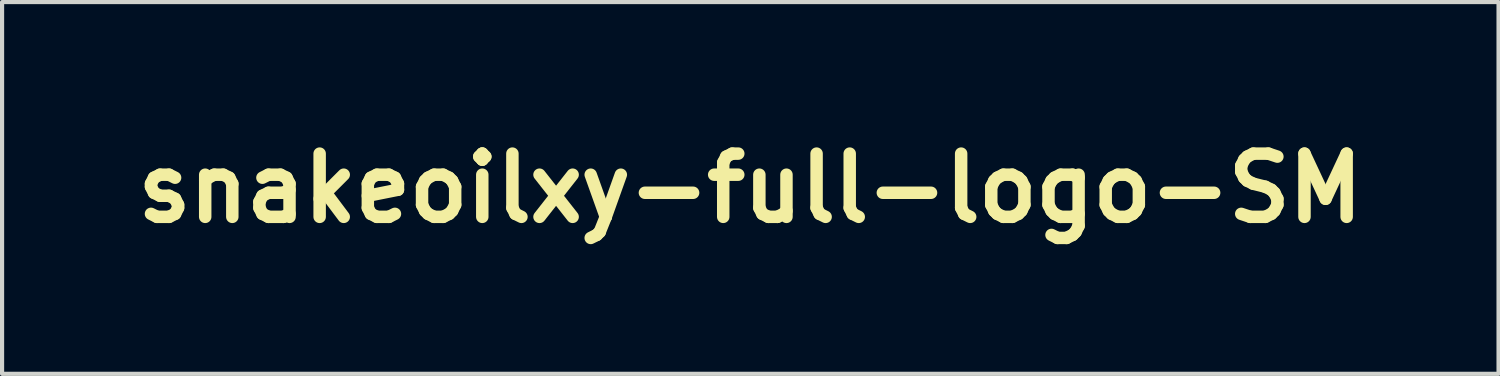
<source format=kicad_pcb>
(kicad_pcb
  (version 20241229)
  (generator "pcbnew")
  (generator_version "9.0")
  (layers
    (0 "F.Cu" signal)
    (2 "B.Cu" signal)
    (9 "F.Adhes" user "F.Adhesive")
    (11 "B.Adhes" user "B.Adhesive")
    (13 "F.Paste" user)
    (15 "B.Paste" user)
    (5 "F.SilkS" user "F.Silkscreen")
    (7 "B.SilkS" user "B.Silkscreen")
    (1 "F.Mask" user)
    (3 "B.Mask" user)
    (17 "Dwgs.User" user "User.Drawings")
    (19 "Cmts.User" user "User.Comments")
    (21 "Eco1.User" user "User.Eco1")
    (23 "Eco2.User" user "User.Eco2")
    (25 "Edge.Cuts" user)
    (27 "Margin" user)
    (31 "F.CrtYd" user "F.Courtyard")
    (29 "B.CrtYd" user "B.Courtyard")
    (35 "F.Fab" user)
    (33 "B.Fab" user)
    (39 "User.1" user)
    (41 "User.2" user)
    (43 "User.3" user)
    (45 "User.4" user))
  (footprint "snakeoilxy-full-logo-SM"
    (layer "F.Cu")
    (at 15.03 1.486)
    (property "Reference" "snakeoilxy-full-logo-SM" (at 0 0 0) (layer "F.SilkS") (effects (font (size 1.524 1.524) (thickness 0.3))))
    (attr through_hole)
    (fp_poly (pts (xy 4.693 1.245) (xy 4.407 1.245) (xy 4.407 0.051) (xy 4.693 0.051) (xy 4.693 1.245)) (stroke (width 0.01) (type solid)) (fill yes) (layer "F.Mask"))
    (fp_poly (pts (xy 4.693 -0.076) (xy 4.407 -0.076) (xy 4.408 -0.211) (xy 4.41 -0.346) (xy 4.551 -0.348) (xy 4.693 -0.349) (xy 4.693 -0.076)) (stroke (width 0.01) (type solid)) (fill yes) (layer "F.Mask"))
    (fp_poly (pts (xy 5.207 1.245) (xy 4.921 1.245) (xy 4.923 0.449) (xy 4.924 -0.346) (xy 5.066 -0.348) (xy 5.207 -0.349) (xy 5.207 1.245)) (stroke (width 0.01) (type solid)) (fill yes) (layer "F.Mask"))
    (fp_poly (pts (xy -3.859 0.621) (xy -3.858 0.636) (xy -3.857 0.645) (xy -3.857 0.646) (xy -3.864 0.648) (xy -3.879 0.651) (xy -3.89 0.654) (xy -3.914 0.659) (xy -3.942 0.665) (xy -3.962 0.669) (xy -4.021 0.682) (xy -4.069 0.692) (xy -4.108 0.701) (xy -4.138 0.708) (xy -4.163 0.713) (xy -4.182 0.718) (xy -4.195 0.721) (xy -4.223 0.727) (xy -4.24 0.73) (xy -4.25 0.728) (xy -4.255 0.724) (xy -4.257 0.719) (xy -4.261 0.701) (xy -4.266 0.676) (xy -4.27 0.65) (xy -4.273 0.627) (xy -4.274 0.615) (xy -4.274 0.597) (xy -3.862 0.597) (xy -3.859 0.621)) (stroke (width 0.01) (type solid)) (fill yes) (layer "F.Mask"))
    (fp_poly (pts (xy -10.126 -1.422) (xy -10.123 -1.415) (xy -10.118 -1.398) (xy -10.11 -1.371) (xy -10.1 -1.335) (xy -10.088 -1.293) (xy -10.074 -1.244) (xy -10.059 -1.191) (xy -10.051 -1.159) (xy -9.978 -0.899) (xy -10.029 -0.882) (xy -10.058 -0.872) (xy -10.086 -0.862) (xy -10.109 -0.853) (xy -10.111 -0.852) (xy -10.129 -0.844) (xy -10.141 -0.839) (xy -10.144 -0.838) (xy -10.147 -0.844) (xy -10.156 -0.859) (xy -10.169 -0.884) (xy -10.186 -0.916) (xy -10.207 -0.955) (xy -10.231 -0.999) (xy -10.256 -1.048) (xy -10.273 -1.079) (xy -10.399 -1.32) (xy -10.364 -1.337) (xy -10.333 -1.351) (xy -10.298 -1.366) (xy -10.262 -1.38) (xy -10.226 -1.393) (xy -10.193 -1.405) (xy -10.164 -1.414) (xy -10.142 -1.42) (xy -10.129 -1.422) (xy -10.126 -1.422)) (stroke (width 0.01) (type solid)) (fill yes) (layer "F.Mask"))
    (fp_poly (pts (xy -3.849 0.697) (xy -3.842 0.702) (xy -3.835 0.711) (xy -3.829 0.726) (xy -3.828 0.726) (xy -3.812 0.76) (xy -3.968 0.868) (xy -4.008 0.895) (xy -4.044 0.92) (xy -4.076 0.942) (xy -4.102 0.96) (xy -4.12 0.973) (xy -4.13 0.979) (xy -4.131 0.98) (xy -4.138 0.977) (xy -4.15 0.965) (xy -4.165 0.944) (xy -4.167 0.941) (xy -4.2 0.886) (xy -4.224 0.835) (xy -4.228 0.825) (xy -4.231 0.817) (xy -4.23 0.812) (xy -4.223 0.807) (xy -4.209 0.801) (xy -4.186 0.794) (xy -4.176 0.791) (xy -4.149 0.783) (xy -4.125 0.776) (xy -4.107 0.77) (xy -4.102 0.768) (xy -4.088 0.764) (xy -4.067 0.757) (xy -4.042 0.75) (xy -4.039 0.749) (xy -4.009 0.74) (xy -3.974 0.729) (xy -3.94 0.719) (xy -3.936 0.717) (xy -3.902 0.706) (xy -3.877 0.699) (xy -3.86 0.696) (xy -3.849 0.697)) (stroke (width 0.01) (type solid)) (fill yes) (layer "F.Mask"))
    (fp_poly (pts (xy -3.759 0.812) (xy -3.739 0.825) (xy -3.718 0.836) (xy -3.711 0.838) (xy -3.697 0.844) (xy -3.691 0.852) (xy -3.692 0.866) (xy -3.693 0.869) (xy -3.696 0.891) (xy -3.702 0.922) (xy -3.708 0.959) (xy -3.715 0.997) (xy -3.722 1.034) (xy -3.724 1.045) (xy -3.729 1.071) (xy -3.736 1.105) (xy -3.742 1.139) (xy -3.744 1.154) (xy -3.75 1.185) (xy -3.755 1.205) (xy -3.76 1.216) (xy -3.765 1.219) (xy -3.776 1.217) (xy -3.794 1.211) (xy -3.818 1.204) (xy -3.826 1.201) (xy -3.909 1.166) (xy -3.986 1.122) (xy -4.051 1.074) (xy -4.074 1.055) (xy -4.058 1.04) (xy -4.041 1.024) (xy -4.018 1.002) (xy -3.991 0.977) (xy -3.96 0.95) (xy -3.929 0.921) (xy -3.898 0.892) (xy -3.868 0.866) (xy -3.842 0.842) (xy -3.822 0.824) (xy -3.808 0.811) (xy -3.802 0.807) (xy -3.785 0.793) (xy -3.759 0.812)) (stroke (width 0.01) (type solid)) (fill yes) (layer "F.Mask"))
    (fp_poly (pts (xy -7.237 0.41) (xy -7.186 0.462) (xy -7.136 0.511) (xy -7.088 0.558) (xy -7.044 0.601) (xy -7.004 0.639) (xy -6.97 0.672) (xy -6.941 0.699) (xy -6.92 0.719) (xy -6.906 0.731) (xy -6.904 0.733) (xy -6.813 0.794) (xy -6.718 0.843) (xy -6.618 0.88) (xy -6.515 0.905) (xy -6.408 0.918) (xy -6.387 0.919) (xy -6.293 0.923) (xy -6.293 1.467) (xy -6.377 1.466) (xy -6.414 1.465) (xy -6.453 1.464) (xy -6.487 1.462) (xy -6.512 1.459) (xy -6.64 1.439) (xy -6.767 1.406) (xy -6.892 1.362) (xy -7.013 1.306) (xy -7.129 1.24) (xy -7.181 1.207) (xy -7.205 1.19) (xy -7.23 1.171) (xy -7.256 1.15) (xy -7.284 1.127) (xy -7.315 1.1) (xy -7.349 1.069) (xy -7.387 1.032) (xy -7.431 0.991) (xy -7.481 0.942) (xy -7.537 0.886) (xy -7.601 0.823) (xy -7.647 0.777) (xy -7.918 0.505) (xy -7.531 0.118) (xy -7.237 0.41)) (stroke (width 0.01) (type solid)) (fill yes) (layer "F.Mask"))
    (fp_poly (pts (xy -10.938 -0.848) (xy -10.924 -0.839) (xy -10.905 -0.827) (xy -10.892 -0.818) (xy -10.875 -0.806) (xy -10.848 -0.788) (xy -10.815 -0.765) (xy -10.776 -0.738) (xy -10.733 -0.71) (xy -10.689 -0.68) (xy -10.667 -0.664) (xy -10.49 -0.546) (xy -10.523 -0.493) (xy -10.552 -0.444) (xy -10.579 -0.387) (xy -10.604 -0.33) (xy -10.623 -0.276) (xy -10.624 -0.274) (xy -10.631 -0.253) (xy -10.638 -0.237) (xy -10.644 -0.229) (xy -10.645 -0.229) (xy -10.652 -0.231) (xy -10.671 -0.235) (xy -10.699 -0.241) (xy -10.736 -0.249) (xy -10.78 -0.258) (xy -10.83 -0.269) (xy -10.883 -0.281) (xy -10.909 -0.287) (xy -10.964 -0.299) (xy -11.016 -0.311) (xy -11.062 -0.321) (xy -11.101 -0.33) (xy -11.133 -0.337) (xy -11.155 -0.342) (xy -11.167 -0.346) (xy -11.169 -0.346) (xy -11.168 -0.353) (xy -11.164 -0.37) (xy -11.158 -0.395) (xy -11.149 -0.424) (xy -11.139 -0.456) (xy -11.128 -0.489) (xy -11.117 -0.52) (xy -11.115 -0.526) (xy -11.094 -0.579) (xy -11.067 -0.637) (xy -11.038 -0.695) (xy -11.007 -0.75) (xy -10.981 -0.793) (xy -10.966 -0.816) (xy -10.954 -0.835) (xy -10.946 -0.847) (xy -10.944 -0.85) (xy -10.938 -0.848)) (stroke (width 0.01) (type solid)) (fill yes) (layer "F.Mask"))
    (fp_poly (pts (xy -10.513 -1.246) (xy -10.503 -1.231) (xy -10.487 -1.209) (xy -10.468 -1.18) (xy -10.444 -1.145) (xy -10.419 -1.107) (xy -10.392 -1.066) (xy -10.364 -1.024) (xy -10.336 -0.982) (xy -10.309 -0.941) (xy -10.284 -0.903) (xy -10.262 -0.869) (xy -10.244 -0.84) (xy -10.231 -0.818) (xy -10.222 -0.804) (xy -10.22 -0.8) (xy -10.225 -0.794) (xy -10.238 -0.784) (xy -10.257 -0.771) (xy -10.26 -0.768) (xy -10.282 -0.753) (xy -10.309 -0.732) (xy -10.337 -0.708) (xy -10.357 -0.692) (xy -10.379 -0.672) (xy -10.397 -0.656) (xy -10.41 -0.646) (xy -10.415 -0.642) (xy -10.415 -0.642) (xy -10.42 -0.646) (xy -10.434 -0.658) (xy -10.455 -0.676) (xy -10.482 -0.7) (xy -10.515 -0.73) (xy -10.552 -0.763) (xy -10.592 -0.799) (xy -10.611 -0.816) (xy -10.653 -0.854) (xy -10.692 -0.889) (xy -10.728 -0.922) (xy -10.758 -0.949) (xy -10.782 -0.972) (xy -10.8 -0.989) (xy -10.809 -0.998) (xy -10.811 -1) (xy -10.812 -1.006) (xy -10.809 -1.014) (xy -10.8 -1.026) (xy -10.785 -1.042) (xy -10.763 -1.063) (xy -10.732 -1.091) (xy -10.704 -1.114) (xy -10.678 -1.137) (xy -10.648 -1.161) (xy -10.618 -1.184) (xy -10.588 -1.206) (xy -10.561 -1.225) (xy -10.539 -1.24) (xy -10.524 -1.249) (xy -10.518 -1.251) (xy -10.513 -1.246)) (stroke (width 0.01) (type solid)) (fill yes) (layer "F.Mask"))
    (fp_poly (pts (xy -9.704 -1.477) (xy -9.677 -1.475) (xy -9.643 -1.472) (xy -9.61 -1.47) (xy -9.604 -1.47) (xy -9.506 -1.458) (xy -9.404 -1.438) (xy -9.3 -1.41) (xy -9.197 -1.374) (xy -9.1 -1.333) (xy -9.042 -1.304) (xy -9.008 -1.285) (xy -8.975 -1.266) (xy -8.945 -1.248) (xy -8.915 -1.228) (xy -8.885 -1.207) (xy -8.854 -1.183) (xy -8.822 -1.156) (xy -8.786 -1.126) (xy -8.747 -1.09) (xy -8.704 -1.05) (xy -8.655 -1.003) (xy -8.6 -0.95) (xy -8.538 -0.888) (xy -8.468 -0.819) (xy -8.466 -0.817) (xy -8.16 -0.512) (xy -8.354 -0.32) (xy -8.395 -0.279) (xy -8.433 -0.241) (xy -8.467 -0.208) (xy -8.497 -0.178) (xy -8.52 -0.155) (xy -8.538 -0.138) (xy -8.547 -0.129) (xy -8.549 -0.127) (xy -8.554 -0.131) (xy -8.567 -0.144) (xy -8.587 -0.164) (xy -8.614 -0.191) (xy -8.647 -0.224) (xy -8.686 -0.262) (xy -8.729 -0.305) (xy -8.776 -0.351) (xy -8.825 -0.401) (xy -8.852 -0.427) (xy -8.916 -0.492) (xy -8.973 -0.547) (xy -9.022 -0.596) (xy -9.064 -0.637) (xy -9.101 -0.672) (xy -9.134 -0.702) (xy -9.162 -0.727) (xy -9.187 -0.748) (xy -9.21 -0.766) (xy -9.232 -0.781) (xy -9.253 -0.795) (xy -9.274 -0.807) (xy -9.297 -0.819) (xy -9.319 -0.831) (xy -9.387 -0.861) (xy -9.46 -0.887) (xy -9.535 -0.907) (xy -9.608 -0.92) (xy -9.676 -0.927) (xy -9.694 -0.927) (xy -9.747 -0.927) (xy -9.747 -1.481) (xy -9.704 -1.477)) (stroke (width 0.01) (type solid)) (fill yes) (layer "F.Mask"))
    (fp_poly (pts (xy 5.491 -0.959) (xy 5.522 -0.958) (xy 5.554 -0.955) (xy 5.578 -0.952) (xy 5.604 -0.948) (xy 5.629 -0.945) (xy 5.642 -0.943) (xy 5.659 -0.94) (xy 5.685 -0.935) (xy 5.716 -0.927) (xy 5.75 -0.919) (xy 5.781 -0.91) (xy 5.807 -0.903) (xy 5.835 -0.893) (xy 5.87 -0.879) (xy 5.909 -0.861) (xy 5.928 -0.853) (xy 5.944 -0.845) (xy 5.967 -0.833) (xy 5.992 -0.819) (xy 6.017 -0.806) (xy 6.039 -0.793) (xy 6.055 -0.784) (xy 6.061 -0.78) (xy 6.069 -0.774) (xy 6.084 -0.763) (xy 6.105 -0.748) (xy 6.121 -0.735) (xy 6.139 -0.721) (xy 6.166 -0.698) (xy 6.199 -0.667) (xy 6.239 -0.629) (xy 6.285 -0.585) (xy 6.337 -0.535) (xy 6.393 -0.48) (xy 6.407 -0.466) (xy 6.638 -0.237) (xy 6.49 -0.09) (xy 6.455 -0.055) (xy 6.422 -0.022) (xy 6.394 0.006) (xy 6.37 0.029) (xy 6.353 0.045) (xy 6.343 0.055) (xy 6.341 0.057) (xy 6.337 0.052) (xy 6.324 0.039) (xy 6.305 0.019) (xy 6.279 -0.007) (xy 6.247 -0.039) (xy 6.211 -0.075) (xy 6.172 -0.115) (xy 6.134 -0.153) (xy 6.077 -0.211) (xy 6.027 -0.26) (xy 5.985 -0.302) (xy 5.948 -0.338) (xy 5.916 -0.367) (xy 5.887 -0.391) (xy 5.862 -0.412) (xy 5.838 -0.429) (xy 5.816 -0.444) (xy 5.793 -0.457) (xy 5.778 -0.466) (xy 5.71 -0.497) (xy 5.645 -0.52) (xy 5.576 -0.535) (xy 5.501 -0.544) (xy 5.498 -0.544) (xy 5.442 -0.548) (xy 5.442 -0.959) (xy 5.491 -0.959)) (stroke (width 0.01) (type solid)) (fill yes) (layer "F.Mask"))
    (fp_poly (pts (xy 8.253 -0.959) (xy 8.284 -0.958) (xy 8.316 -0.955) (xy 8.341 -0.952) (xy 8.367 -0.948) (xy 8.392 -0.945) (xy 8.404 -0.943) (xy 8.421 -0.94) (xy 8.447 -0.935) (xy 8.479 -0.927) (xy 8.512 -0.919) (xy 8.544 -0.91) (xy 8.569 -0.903) (xy 8.597 -0.893) (xy 8.632 -0.879) (xy 8.672 -0.861) (xy 8.69 -0.853) (xy 8.707 -0.845) (xy 8.729 -0.833) (xy 8.754 -0.819) (xy 8.779 -0.806) (xy 8.801 -0.793) (xy 8.817 -0.784) (xy 8.823 -0.78) (xy 8.831 -0.774) (xy 8.846 -0.763) (xy 8.867 -0.748) (xy 8.884 -0.735) (xy 8.902 -0.721) (xy 8.928 -0.698) (xy 8.961 -0.667) (xy 9.001 -0.629) (xy 9.048 -0.585) (xy 9.099 -0.535) (xy 9.155 -0.48) (xy 9.169 -0.466) (xy 9.4 -0.237) (xy 9.252 -0.09) (xy 9.217 -0.055) (xy 9.184 -0.022) (xy 9.156 0.006) (xy 9.133 0.029) (xy 9.115 0.045) (xy 9.106 0.055) (xy 9.104 0.057) (xy 9.099 0.052) (xy 9.087 0.039) (xy 9.067 0.019) (xy 9.041 -0.007) (xy 9.01 -0.039) (xy 8.974 -0.075) (xy 8.934 -0.115) (xy 8.896 -0.153) (xy 8.839 -0.211) (xy 8.79 -0.26) (xy 8.747 -0.302) (xy 8.71 -0.338) (xy 8.678 -0.367) (xy 8.65 -0.391) (xy 8.624 -0.412) (xy 8.601 -0.429) (xy 8.578 -0.444) (xy 8.555 -0.457) (xy 8.54 -0.466) (xy 8.473 -0.497) (xy 8.407 -0.52) (xy 8.339 -0.535) (xy 8.263 -0.544) (xy 8.26 -0.544) (xy 8.204 -0.548) (xy 8.204 -0.959) (xy 8.253 -0.959)) (stroke (width 0.01) (type solid)) (fill yes) (layer "F.Mask"))
    (fp_poly (pts (xy 7.113 0.246) (xy 7.127 0.258) (xy 7.147 0.278) (xy 7.174 0.304) (xy 7.207 0.336) (xy 7.244 0.372) (xy 7.284 0.413) (xy 7.328 0.456) (xy 7.334 0.462) (xy 7.391 0.518) (xy 7.439 0.566) (xy 7.481 0.607) (xy 7.516 0.64) (xy 7.545 0.667) (xy 7.569 0.688) (xy 7.589 0.705) (xy 7.606 0.717) (xy 7.608 0.719) (xy 7.683 0.763) (xy 7.757 0.797) (xy 7.834 0.82) (xy 7.915 0.833) (xy 7.955 0.836) (xy 8.033 0.84) (xy 8.033 1.251) (xy 7.971 1.25) (xy 7.937 1.249) (xy 7.903 1.247) (xy 7.872 1.245) (xy 7.864 1.245) (xy 7.835 1.241) (xy 7.801 1.235) (xy 7.766 1.229) (xy 7.734 1.222) (xy 7.709 1.216) (xy 7.703 1.213) (xy 7.689 1.209) (xy 7.667 1.202) (xy 7.642 1.194) (xy 7.639 1.193) (xy 7.619 1.186) (xy 7.592 1.175) (xy 7.56 1.161) (xy 7.527 1.145) (xy 7.493 1.129) (xy 7.462 1.114) (xy 7.436 1.1) (xy 7.417 1.09) (xy 7.409 1.084) (xy 7.399 1.076) (xy 7.383 1.065) (xy 7.376 1.061) (xy 7.36 1.051) (xy 7.349 1.043) (xy 7.347 1.041) (xy 7.341 1.036) (xy 7.327 1.025) (xy 7.308 1.011) (xy 7.303 1.006) (xy 7.29 0.996) (xy 7.269 0.977) (xy 7.242 0.951) (xy 7.209 0.919) (xy 7.171 0.883) (xy 7.129 0.842) (xy 7.085 0.799) (xy 7.04 0.754) (xy 7.038 0.752) (xy 6.815 0.529) (xy 6.959 0.385) (xy 6.994 0.35) (xy 7.026 0.318) (xy 7.055 0.29) (xy 7.078 0.268) (xy 7.096 0.252) (xy 7.106 0.243) (xy 7.108 0.241) (xy 7.113 0.246)) (stroke (width 0.01) (type solid)) (fill yes) (layer "F.Mask"))
    (fp_poly (pts (xy 0.283 0.605) (xy 0.344 0.514) (xy 0.364 0.484) (xy 0.389 0.446) (xy 0.419 0.403) (xy 0.45 0.356) (xy 0.483 0.308) (xy 0.514 0.262) (xy 0.518 0.257) (xy 0.546 0.216) (xy 0.572 0.176) (xy 0.596 0.141) (xy 0.616 0.112) (xy 0.631 0.089) (xy 0.641 0.075) (xy 0.643 0.071) (xy 0.655 0.051) (xy 0.827 0.051) (xy 0.882 0.051) (xy 0.927 0.052) (xy 0.961 0.053) (xy 0.984 0.054) (xy 0.995 0.056) (xy 0.996 0.057) (xy 0.992 0.064) (xy 0.981 0.079) (xy 0.965 0.102) (xy 0.944 0.13) (xy 0.921 0.163) (xy 0.902 0.189) (xy 0.843 0.269) (xy 0.79 0.342) (xy 0.743 0.407) (xy 0.701 0.464) (xy 0.666 0.512) (xy 0.637 0.552) (xy 0.614 0.583) (xy 0.599 0.604) (xy 0.591 0.614) (xy 0.577 0.635) (xy 0.668 0.747) (xy 0.702 0.788) (xy 0.739 0.835) (xy 0.778 0.883) (xy 0.815 0.928) (xy 0.845 0.964) (xy 0.893 1.024) (xy 0.934 1.074) (xy 0.968 1.116) (xy 0.996 1.15) (xy 1.018 1.178) (xy 1.035 1.199) (xy 1.048 1.215) (xy 1.057 1.227) (xy 1.063 1.234) (xy 1.066 1.239) (xy 1.067 1.241) (xy 1.067 1.241) (xy 1.061 1.242) (xy 1.043 1.243) (xy 1.017 1.243) (xy 0.982 1.244) (xy 0.94 1.244) (xy 0.894 1.244) (xy 0.875 1.244) (xy 0.683 1.244) (xy 0.606 1.138) (xy 0.578 1.1) (xy 0.546 1.056) (xy 0.511 1.008) (xy 0.475 0.958) (xy 0.439 0.909) (xy 0.404 0.861) (xy 0.372 0.817) (xy 0.343 0.778) (xy 0.32 0.746) (xy 0.309 0.731) (xy 0.279 0.691) (xy 0.279 1.245) (xy -0.006 1.245) (xy -0.006 -0.349) (xy 0.279 -0.349) (xy 0.283 0.605)) (stroke (width 0.01) (type solid)) (fill yes) (layer "F.Mask"))
    (fp_poly (pts (xy -2.065 0.029) (xy -2.034 0.03) (xy -2.011 0.031) (xy -1.992 0.034) (xy -1.975 0.037) (xy -1.957 0.043) (xy -1.946 0.047) (xy -1.904 0.062) (xy -1.869 0.078) (xy -1.839 0.096) (xy -1.81 0.119) (xy -1.808 0.121) (xy -1.768 0.158) (xy -1.736 0.197) (xy -1.71 0.24) (xy -1.689 0.291) (xy -1.67 0.352) (xy -1.669 0.359) (xy -1.666 0.37) (xy -1.664 0.381) (xy -1.662 0.393) (xy -1.66 0.408) (xy -1.659 0.426) (xy -1.658 0.448) (xy -1.657 0.476) (xy -1.656 0.51) (xy -1.655 0.552) (xy -1.655 0.602) (xy -1.654 0.662) (xy -1.653 0.732) (xy -1.653 0.814) (xy -1.653 0.827) (xy -1.65 1.245) (xy -1.937 1.245) (xy -1.937 0.951) (xy -1.937 0.854) (xy -1.938 0.769) (xy -1.939 0.694) (xy -1.941 0.63) (xy -1.944 0.574) (xy -1.947 0.527) (xy -1.952 0.487) (xy -1.958 0.453) (xy -1.965 0.425) (xy -1.974 0.402) (xy -1.984 0.382) (xy -1.995 0.364) (xy -2.009 0.349) (xy -2.014 0.344) (xy -2.05 0.318) (xy -2.092 0.3) (xy -2.139 0.291) (xy -2.188 0.291) (xy -2.237 0.3) (xy -2.283 0.317) (xy -2.325 0.343) (xy -2.335 0.352) (xy -2.366 0.387) (xy -2.389 0.433) (xy -2.406 0.487) (xy -2.41 0.505) (xy -2.412 0.519) (xy -2.414 0.537) (xy -2.415 0.559) (xy -2.417 0.586) (xy -2.418 0.618) (xy -2.418 0.659) (xy -2.419 0.707) (xy -2.419 0.765) (xy -2.419 0.834) (xy -2.419 0.903) (xy -2.419 1.245) (xy -2.561 1.245) (xy -2.602 1.244) (xy -2.639 1.244) (xy -2.67 1.243) (xy -2.693 1.242) (xy -2.705 1.241) (xy -2.707 1.24) (xy -2.708 1.234) (xy -2.708 1.215) (xy -2.709 1.185) (xy -2.709 1.146) (xy -2.71 1.097) (xy -2.71 1.04) (xy -2.711 0.976) (xy -2.711 0.905) (xy -2.711 0.828) (xy -2.711 0.747) (xy -2.711 0.662) (xy -2.711 0.643) (xy -2.711 0.051) (xy -2.577 0.052) (xy -2.442 0.054) (xy -2.44 0.106) (xy -2.438 0.158) (xy -2.397 0.125) (xy -2.342 0.086) (xy -2.288 0.057) (xy -2.251 0.043) (xy -2.235 0.038) (xy -2.218 0.034) (xy -2.198 0.032) (xy -2.173 0.03) (xy -2.14 0.029) (xy -2.105 0.029) (xy -2.065 0.029)) (stroke (width 0.01) (type solid)) (fill yes) (layer "F.Mask"))
    (fp_poly (pts (xy -0.828 0.029) (xy -0.796 0.029) (xy -0.772 0.031) (xy -0.752 0.033) (xy -0.734 0.037) (xy -0.715 0.042) (xy -0.711 0.043) (xy -0.651 0.067) (xy -0.597 0.098) (xy -0.546 0.139) (xy -0.532 0.153) (xy -0.483 0.202) (xy -0.483 0.051) (xy -0.216 0.051) (xy -0.216 1.245) (xy -0.483 1.245) (xy -0.483 1.167) (xy -0.483 1.133) (xy -0.484 1.111) (xy -0.486 1.1) (xy -0.489 1.099) (xy -0.49 1.1) (xy -0.5 1.113) (xy -0.519 1.131) (xy -0.544 1.152) (xy -0.571 1.173) (xy -0.598 1.193) (xy -0.624 1.209) (xy -0.636 1.216) (xy -0.676 1.235) (xy -0.714 1.249) (xy -0.754 1.259) (xy -0.8 1.264) (xy -0.851 1.267) (xy -0.886 1.267) (xy -0.921 1.267) (xy -0.95 1.266) (xy -0.97 1.264) (xy -0.972 1.264) (xy -1.012 1.256) (xy -1.059 1.243) (xy -1.106 1.226) (xy -1.149 1.208) (xy -1.181 1.191) (xy -1.252 1.142) (xy -1.313 1.085) (xy -1.366 1.019) (xy -1.408 0.947) (xy -1.44 0.868) (xy -1.461 0.783) (xy -1.472 0.692) (xy -1.473 0.658) (xy -1.181 0.658) (xy -1.176 0.728) (xy -1.16 0.791) (xy -1.134 0.847) (xy -1.098 0.896) (xy -1.052 0.937) (xy -0.997 0.969) (xy -0.938 0.991) (xy -0.901 0.998) (xy -0.858 1.002) (xy -0.811 1.002) (xy -0.767 0.999) (xy -0.737 0.994) (xy -0.679 0.974) (xy -0.627 0.943) (xy -0.583 0.904) (xy -0.547 0.856) (xy -0.536 0.836) (xy -0.51 0.77) (xy -0.495 0.705) (xy -0.492 0.639) (xy -0.497 0.587) (xy -0.514 0.519) (xy -0.54 0.459) (xy -0.576 0.407) (xy -0.619 0.364) (xy -0.67 0.33) (xy -0.728 0.307) (xy -0.791 0.294) (xy -0.838 0.291) (xy -0.904 0.296) (xy -0.963 0.311) (xy -1.015 0.336) (xy -1.063 0.371) (xy -1.076 0.384) (xy -1.118 0.434) (xy -1.15 0.491) (xy -1.17 0.554) (xy -1.18 0.624) (xy -1.181 0.658) (xy -1.473 0.658) (xy -1.473 0.651) (xy -1.468 0.56) (xy -1.451 0.474) (xy -1.425 0.392) (xy -1.388 0.316) (xy -1.342 0.247) (xy -1.287 0.186) (xy -1.285 0.185) (xy -1.247 0.151) (xy -1.21 0.124) (xy -1.171 0.1) (xy -1.135 0.083) (xy -1.092 0.064) (xy -1.055 0.05) (xy -1.019 0.04) (xy -0.981 0.034) (xy -0.938 0.03) (xy -0.888 0.029) (xy -0.87 0.029) (xy -0.828 0.029)) (stroke (width 0.01) (type solid)) (fill yes) (layer "F.Mask"))
    (fp_poly (pts (xy 3.435 -0.37) (xy 3.488 -0.367) (xy 3.535 -0.361) (xy 3.56 -0.357) (xy 3.662 -0.327) (xy 3.756 -0.287) (xy 3.843 -0.237) (xy 3.923 -0.176) (xy 3.995 -0.106) (xy 4.059 -0.025) (xy 4.08 0.006) (xy 4.127 0.089) (xy 4.163 0.178) (xy 4.189 0.272) (xy 4.204 0.368) (xy 4.209 0.464) (xy 4.201 0.559) (xy 4.201 0.559) (xy 4.193 0.61) (xy 4.184 0.653) (xy 4.173 0.693) (xy 4.159 0.734) (xy 4.146 0.767) (xy 4.102 0.859) (xy 4.049 0.942) (xy 3.986 1.018) (xy 3.915 1.085) (xy 3.835 1.143) (xy 3.749 1.19) (xy 3.655 1.228) (xy 3.559 1.254) (xy 3.528 1.259) (xy 3.488 1.263) (xy 3.443 1.266) (xy 3.395 1.267) (xy 3.349 1.268) (xy 3.308 1.266) (xy 3.277 1.264) (xy 3.178 1.244) (xy 3.083 1.214) (xy 2.993 1.172) (xy 2.908 1.12) (xy 2.83 1.059) (xy 2.76 0.989) (xy 2.698 0.912) (xy 2.652 0.836) (xy 2.613 0.751) (xy 2.583 0.66) (xy 2.564 0.566) (xy 2.555 0.471) (xy 2.557 0.427) (xy 2.857 0.427) (xy 2.858 0.486) (xy 2.863 0.542) (xy 2.871 0.58) (xy 2.897 0.659) (xy 2.934 0.732) (xy 2.98 0.796) (xy 3.036 0.853) (xy 3.099 0.9) (xy 3.171 0.938) (xy 3.248 0.965) (xy 3.277 0.972) (xy 3.329 0.98) (xy 3.387 0.982) (xy 3.447 0.979) (xy 3.504 0.971) (xy 3.527 0.966) (xy 3.601 0.94) (xy 3.67 0.904) (xy 3.732 0.858) (xy 3.786 0.803) (xy 3.83 0.74) (xy 3.848 0.708) (xy 3.879 0.632) (xy 3.899 0.555) (xy 3.908 0.477) (xy 3.906 0.4) (xy 3.894 0.325) (xy 3.873 0.253) (xy 3.842 0.185) (xy 3.802 0.122) (xy 3.754 0.066) (xy 3.698 0.016) (xy 3.634 -0.025) (xy 3.563 -0.056) (xy 3.541 -0.064) (xy 3.468 -0.08) (xy 3.393 -0.086) (xy 3.33 -0.083) (xy 3.25 -0.068) (xy 3.179 -0.046) (xy 3.114 -0.015) (xy 3.055 0.026) (xy 3.025 0.053) (xy 2.969 0.113) (xy 2.924 0.18) (xy 2.89 0.254) (xy 2.87 0.318) (xy 2.862 0.37) (xy 2.857 0.427) (xy 2.557 0.427) (xy 2.559 0.379) (xy 2.559 0.377) (xy 2.575 0.272) (xy 2.603 0.174) (xy 2.641 0.081) (xy 2.69 -0.005) (xy 2.749 -0.084) (xy 2.818 -0.155) (xy 2.896 -0.218) (xy 2.984 -0.272) (xy 3.01 -0.286) (xy 3.058 -0.307) (xy 3.114 -0.327) (xy 3.173 -0.345) (xy 3.232 -0.359) (xy 3.232 -0.36) (xy 3.274 -0.366) (xy 3.324 -0.37) (xy 3.379 -0.371) (xy 3.435 -0.37)) (stroke (width 0.01) (type solid)) (fill yes) (layer "F.Mask"))
    (fp_poly (pts (xy 1.879 0.028) (xy 1.911 0.031) (xy 1.995 0.05) (xy 2.073 0.08) (xy 2.146 0.12) (xy 2.213 0.17) (xy 2.272 0.23) (xy 2.323 0.298) (xy 2.364 0.374) (xy 2.379 0.408) (xy 2.398 0.463) (xy 2.411 0.517) (xy 2.419 0.574) (xy 2.422 0.638) (xy 2.422 0.657) (xy 2.422 0.691) (xy 2.421 0.722) (xy 2.42 0.746) (xy 2.419 0.761) (xy 2.418 0.764) (xy 2.417 0.766) (xy 2.413 0.768) (xy 2.408 0.769) (xy 2.399 0.77) (xy 2.386 0.772) (xy 2.368 0.772) (xy 2.343 0.773) (xy 2.313 0.774) (xy 2.274 0.774) (xy 2.227 0.774) (xy 2.17 0.775) (xy 2.103 0.775) (xy 2.025 0.775) (xy 1.955 0.775) (xy 1.497 0.775) (xy 1.502 0.792) (xy 1.515 0.828) (xy 1.536 0.866) (xy 1.563 0.9) (xy 1.571 0.91) (xy 1.616 0.947) (xy 1.667 0.975) (xy 1.724 0.993) (xy 1.79 1.002) (xy 1.827 1.003) (xy 1.889 0.999) (xy 1.943 0.987) (xy 1.991 0.966) (xy 2.035 0.934) (xy 2.056 0.916) (xy 2.082 0.889) (xy 2.395 0.889) (xy 2.39 0.903) (xy 2.373 0.946) (xy 2.345 0.993) (xy 2.309 1.041) (xy 2.266 1.089) (xy 2.247 1.109) (xy 2.192 1.156) (xy 2.137 1.193) (xy 2.076 1.223) (xy 2.008 1.247) (xy 1.991 1.252) (xy 1.964 1.257) (xy 1.927 1.262) (xy 1.885 1.265) (xy 1.84 1.267) (xy 1.797 1.268) (xy 1.759 1.267) (xy 1.728 1.264) (xy 1.727 1.264) (xy 1.64 1.245) (xy 1.558 1.216) (xy 1.482 1.176) (xy 1.412 1.127) (xy 1.35 1.07) (xy 1.296 1.005) (xy 1.252 0.933) (xy 1.219 0.855) (xy 1.213 0.839) (xy 1.193 0.754) (xy 1.185 0.667) (xy 1.188 0.581) (xy 1.199 0.521) (xy 1.486 0.521) (xy 2.141 0.521) (xy 2.137 0.506) (xy 2.126 0.478) (xy 2.111 0.446) (xy 2.092 0.415) (xy 2.073 0.389) (xy 2.062 0.377) (xy 2.02 0.343) (xy 1.975 0.318) (xy 1.925 0.302) (xy 1.868 0.293) (xy 1.816 0.291) (xy 1.781 0.292) (xy 1.754 0.293) (xy 1.731 0.297) (xy 1.708 0.303) (xy 1.692 0.308) (xy 1.634 0.332) (xy 1.585 0.365) (xy 1.545 0.407) (xy 1.513 0.459) (xy 1.497 0.494) (xy 1.486 0.521) (xy 1.199 0.521) (xy 1.203 0.496) (xy 1.23 0.414) (xy 1.267 0.336) (xy 1.316 0.263) (xy 1.345 0.227) (xy 1.395 0.18) (xy 1.454 0.135) (xy 1.519 0.096) (xy 1.587 0.065) (xy 1.645 0.045) (xy 1.682 0.037) (xy 1.729 0.031) (xy 1.78 0.027) (xy 1.831 0.026) (xy 1.879 0.028)) (stroke (width 0.01) (type solid)) (fill yes) (layer "F.Mask"))
    (fp_poly (pts (xy 8.031 -0.754) (xy 8.033 -0.546) (xy 7.985 -0.546) (xy 7.907 -0.541) (xy 7.827 -0.524) (xy 7.747 -0.499) (xy 7.672 -0.465) (xy 7.604 -0.424) (xy 7.572 -0.4) (xy 7.566 -0.394) (xy 7.551 -0.379) (xy 7.528 -0.357) (xy 7.497 -0.327) (xy 7.46 -0.289) (xy 7.416 -0.246) (xy 7.366 -0.197) (xy 7.31 -0.142) (xy 7.25 -0.082) (xy 7.186 -0.018) (xy 7.117 0.05) (xy 7.045 0.122) (xy 6.97 0.196) (xy 6.893 0.273) (xy 6.877 0.289) (xy 6.782 0.383) (xy 6.696 0.469) (xy 6.618 0.546) (xy 6.548 0.616) (xy 6.485 0.679) (xy 6.429 0.735) (xy 6.379 0.784) (xy 6.335 0.828) (xy 6.297 0.865) (xy 6.264 0.898) (xy 6.235 0.926) (xy 6.21 0.95) (xy 6.19 0.969) (xy 6.172 0.986) (xy 6.158 0.999) (xy 6.146 1.01) (xy 6.135 1.019) (xy 6.127 1.026) (xy 6.119 1.031) (xy 6.113 1.036) (xy 6.106 1.04) (xy 6.091 1.051) (xy 6.08 1.059) (xy 6.077 1.061) (xy 6.067 1.069) (xy 6.048 1.081) (xy 6.022 1.096) (xy 5.992 1.113) (xy 5.961 1.13) (xy 5.929 1.146) (xy 5.901 1.159) (xy 5.879 1.169) (xy 5.874 1.171) (xy 5.802 1.196) (xy 5.739 1.216) (xy 5.68 1.23) (xy 5.622 1.24) (xy 5.563 1.246) (xy 5.529 1.248) (xy 5.442 1.253) (xy 5.442 0.84) (xy 5.51 0.836) (xy 5.596 0.825) (xy 5.676 0.804) (xy 5.755 0.771) (xy 5.807 0.742) (xy 5.835 0.725) (xy 5.862 0.706) (xy 5.885 0.689) (xy 5.89 0.686) (xy 5.898 0.678) (xy 5.914 0.662) (xy 5.939 0.639) (xy 5.971 0.607) (xy 6.009 0.569) (xy 6.055 0.524) (xy 6.106 0.474) (xy 6.162 0.418) (xy 6.224 0.357) (xy 6.289 0.292) (xy 6.359 0.222) (xy 6.432 0.15) (xy 6.507 0.075) (xy 6.585 -0.003) (xy 6.61 -0.028) (xy 6.689 -0.106) (xy 6.765 -0.182) (xy 6.839 -0.256) (xy 6.91 -0.326) (xy 6.976 -0.392) (xy 7.039 -0.454) (xy 7.097 -0.511) (xy 7.15 -0.563) (xy 7.197 -0.609) (xy 7.238 -0.649) (xy 7.273 -0.682) (xy 7.299 -0.708) (xy 7.319 -0.726) (xy 7.329 -0.736) (xy 7.331 -0.737) (xy 7.349 -0.749) (xy 7.361 -0.758) (xy 7.366 -0.762) (xy 7.374 -0.769) (xy 7.391 -0.78) (xy 7.415 -0.794) (xy 7.443 -0.81) (xy 7.473 -0.826) (xy 7.502 -0.841) (xy 7.527 -0.854) (xy 7.548 -0.863) (xy 7.548 -0.863) (xy 7.572 -0.873) (xy 7.594 -0.882) (xy 7.608 -0.889) (xy 7.61 -0.89) (xy 7.655 -0.906) (xy 7.709 -0.922) (xy 7.77 -0.935) (xy 7.833 -0.946) (xy 7.896 -0.955) (xy 7.956 -0.959) (xy 7.974 -0.96) (xy 8.03 -0.961) (xy 8.031 -0.754)) (stroke (width 0.01) (type solid)) (fill yes) (layer "F.Mask"))
    (fp_poly (pts (xy 10.793 -0.959) (xy 10.796 -0.957) (xy 10.798 -0.948) (xy 10.799 -0.932) (xy 10.8 -0.907) (xy 10.801 -0.874) (xy 10.801 -0.83) (xy 10.801 -0.775) (xy 10.801 -0.752) (xy 10.801 -0.546) (xy 10.751 -0.546) (xy 10.67 -0.54) (xy 10.589 -0.524) (xy 10.508 -0.498) (xy 10.432 -0.464) (xy 10.363 -0.422) (xy 10.335 -0.4) (xy 10.328 -0.394) (xy 10.313 -0.379) (xy 10.29 -0.357) (xy 10.259 -0.327) (xy 10.222 -0.289) (xy 10.178 -0.246) (xy 10.128 -0.197) (xy 10.073 -0.142) (xy 10.012 -0.082) (xy 9.948 -0.018) (xy 9.879 0.05) (xy 9.807 0.122) (xy 9.733 0.196) (xy 9.655 0.273) (xy 9.639 0.289) (xy 9.545 0.383) (xy 9.459 0.469) (xy 9.381 0.546) (xy 9.31 0.616) (xy 9.247 0.679) (xy 9.191 0.735) (xy 9.141 0.784) (xy 9.098 0.828) (xy 9.059 0.865) (xy 9.026 0.898) (xy 8.997 0.926) (xy 8.973 0.95) (xy 8.952 0.969) (xy 8.934 0.986) (xy 8.92 0.999) (xy 8.908 1.01) (xy 8.898 1.019) (xy 8.889 1.026) (xy 8.882 1.031) (xy 8.875 1.036) (xy 8.869 1.04) (xy 8.853 1.051) (xy 8.842 1.059) (xy 8.839 1.061) (xy 8.829 1.069) (xy 8.81 1.081) (xy 8.784 1.096) (xy 8.754 1.113) (xy 8.723 1.13) (xy 8.692 1.146) (xy 8.664 1.159) (xy 8.641 1.169) (xy 8.636 1.171) (xy 8.565 1.196) (xy 8.501 1.216) (xy 8.442 1.23) (xy 8.385 1.24) (xy 8.326 1.246) (xy 8.292 1.248) (xy 8.204 1.253) (xy 8.204 0.84) (xy 8.272 0.836) (xy 8.358 0.825) (xy 8.438 0.804) (xy 8.517 0.771) (xy 8.569 0.742) (xy 8.597 0.725) (xy 8.624 0.706) (xy 8.647 0.689) (xy 8.652 0.686) (xy 8.66 0.678) (xy 8.676 0.662) (xy 8.701 0.639) (xy 8.733 0.607) (xy 8.772 0.569) (xy 8.817 0.524) (xy 8.868 0.474) (xy 8.925 0.418) (xy 8.986 0.357) (xy 9.052 0.292) (xy 9.121 0.222) (xy 9.194 0.15) (xy 9.27 0.075) (xy 9.347 -0.003) (xy 9.373 -0.028) (xy 9.451 -0.106) (xy 9.527 -0.182) (xy 9.601 -0.256) (xy 9.672 -0.326) (xy 9.739 -0.392) (xy 9.802 -0.454) (xy 9.86 -0.511) (xy 9.912 -0.563) (xy 9.96 -0.609) (xy 10.001 -0.649) (xy 10.035 -0.682) (xy 10.062 -0.708) (xy 10.081 -0.726) (xy 10.092 -0.736) (xy 10.093 -0.737) (xy 10.111 -0.749) (xy 10.124 -0.758) (xy 10.128 -0.762) (xy 10.137 -0.769) (xy 10.154 -0.78) (xy 10.177 -0.794) (xy 10.205 -0.81) (xy 10.235 -0.826) (xy 10.264 -0.841) (xy 10.29 -0.854) (xy 10.31 -0.863) (xy 10.31 -0.863) (xy 10.335 -0.873) (xy 10.356 -0.882) (xy 10.37 -0.889) (xy 10.373 -0.89) (xy 10.419 -0.907) (xy 10.475 -0.922) (xy 10.536 -0.936) (xy 10.601 -0.947) (xy 10.665 -0.955) (xy 10.726 -0.96) (xy 10.78 -0.96) (xy 10.793 -0.959)) (stroke (width 0.01) (type solid)) (fill yes) (layer "F.Mask"))
    (fp_poly (pts (xy -3.531 -0.943) (xy -3.487 -0.94) (xy -3.45 -0.937) (xy -3.423 -0.931) (xy -3.334 -0.902) (xy -3.254 -0.864) (xy -3.184 -0.817) (xy -3.121 -0.762) (xy -3.067 -0.697) (xy -3.053 -0.678) (xy -3.021 -0.624) (xy -2.996 -0.564) (xy -2.976 -0.497) (xy -2.961 -0.42) (xy -2.956 -0.379) (xy -2.951 -0.343) (xy -3.156 -0.344) (xy -3.361 -0.346) (xy -3.369 -0.385) (xy -3.382 -0.433) (xy -3.401 -0.472) (xy -3.426 -0.505) (xy -3.431 -0.51) (xy -3.466 -0.537) (xy -3.509 -0.556) (xy -3.555 -0.565) (xy -3.602 -0.566) (xy -3.649 -0.558) (xy -3.692 -0.542) (xy -3.73 -0.517) (xy -3.748 -0.499) (xy -3.758 -0.486) (xy -3.77 -0.467) (xy -3.777 -0.454) (xy -3.785 -0.438) (xy -3.79 -0.423) (xy -3.793 -0.406) (xy -3.794 -0.382) (xy -3.794 -0.359) (xy -3.794 -0.328) (xy -3.792 -0.306) (xy -3.789 -0.29) (xy -3.783 -0.274) (xy -3.777 -0.263) (xy -3.756 -0.232) (xy -3.728 -0.201) (xy -3.695 -0.174) (xy -3.67 -0.158) (xy -3.652 -0.15) (xy -3.626 -0.139) (xy -3.597 -0.127) (xy -3.575 -0.119) (xy -3.545 -0.107) (xy -3.516 -0.096) (xy -3.492 -0.087) (xy -3.48 -0.083) (xy -3.462 -0.076) (xy -3.436 -0.066) (xy -3.406 -0.054) (xy -3.382 -0.045) (xy -3.302 -0.012) (xy -3.233 0.022) (xy -3.173 0.058) (xy -3.12 0.096) (xy -3.08 0.133) (xy -3.023 0.197) (xy -2.977 0.268) (xy -2.942 0.344) (xy -2.918 0.427) (xy -2.907 0.495) (xy -2.903 0.584) (xy -2.912 0.672) (xy -2.931 0.758) (xy -2.961 0.841) (xy -3.001 0.919) (xy -3.051 0.991) (xy -3.08 1.024) (xy -3.138 1.081) (xy -3.198 1.128) (xy -3.263 1.166) (xy -3.333 1.196) (xy -3.411 1.22) (xy -3.498 1.237) (xy -3.529 1.241) (xy -3.546 1.243) (xy -3.554 1.24) (xy -3.558 1.233) (xy -3.559 1.23) (xy -3.56 1.22) (xy -3.561 1.2) (xy -3.562 1.17) (xy -3.563 1.132) (xy -3.564 1.089) (xy -3.565 1.043) (xy -3.565 1.04) (xy -3.567 0.986) (xy -3.567 0.944) (xy -3.567 0.912) (xy -3.567 0.889) (xy -3.566 0.874) (xy -3.564 0.865) (xy -3.561 0.861) (xy -3.561 0.861) (xy -3.551 0.859) (xy -3.532 0.856) (xy -3.511 0.852) (xy -3.457 0.838) (xy -3.408 0.813) (xy -3.365 0.777) (xy -3.331 0.734) (xy -3.316 0.706) (xy -3.308 0.688) (xy -3.303 0.672) (xy -3.3 0.654) (xy -3.299 0.63) (xy -3.299 0.603) (xy -3.302 0.555) (xy -3.309 0.516) (xy -3.322 0.481) (xy -3.343 0.447) (xy -3.351 0.435) (xy -3.366 0.417) (xy -3.383 0.4) (xy -3.404 0.384) (xy -3.429 0.368) (xy -3.46 0.351) (xy -3.497 0.333) (xy -3.543 0.313) (xy -3.598 0.291) (xy -3.663 0.265) (xy -3.708 0.248) (xy -3.779 0.219) (xy -3.84 0.192) (xy -3.892 0.165) (xy -3.937 0.137) (xy -3.979 0.106) (xy -4.018 0.071) (xy -4.039 0.051) (xy -4.093 -0.013) (xy -4.136 -0.084) (xy -4.168 -0.159) (xy -4.188 -0.24) (xy -4.197 -0.326) (xy -4.197 -0.346) (xy -4.191 -0.432) (xy -4.173 -0.515) (xy -4.144 -0.593) (xy -4.105 -0.665) (xy -4.056 -0.732) (xy -3.998 -0.791) (xy -3.931 -0.843) (xy -3.856 -0.886) (xy -3.774 -0.919) (xy -3.734 -0.931) (xy -3.706 -0.937) (xy -3.668 -0.941) (xy -3.625 -0.943) (xy -3.578 -0.944) (xy -3.531 -0.943)) (stroke (width 0.01) (type solid)) (fill yes) (layer "F.Mask"))
    (fp_poly (pts (xy -6.234 -1.472) (xy -6.103 -1.457) (xy -5.972 -1.43) (xy -5.844 -1.39) (xy -5.721 -1.34) (xy -5.603 -1.278) (xy -5.491 -1.206) (xy -5.386 -1.125) (xy -5.288 -1.034) (xy -5.199 -0.934) (xy -5.119 -0.826) (xy -5.048 -0.71) (xy -4.989 -0.59) (xy -4.942 -0.464) (xy -4.906 -0.335) (xy -4.882 -0.203) (xy -4.87 -0.07) (xy -4.87 0.066) (xy -4.883 0.201) (xy -4.903 0.317) (xy -4.933 0.43) (xy -4.974 0.543) (xy -5.025 0.655) (xy -5.084 0.763) (xy -5.151 0.865) (xy -5.196 0.924) (xy -5.224 0.956) (xy -5.259 0.993) (xy -5.298 1.033) (xy -5.339 1.073) (xy -5.38 1.111) (xy -5.417 1.143) (xy -5.446 1.167) (xy -5.479 1.191) (xy -5.516 1.216) (xy -5.554 1.241) (xy -5.592 1.264) (xy -5.628 1.285) (xy -5.661 1.303) (xy -5.689 1.317) (xy -5.71 1.327) (xy -5.724 1.33) (xy -5.728 1.329) (xy -5.731 1.323) (xy -5.738 1.306) (xy -5.75 1.281) (xy -5.764 1.248) (xy -5.781 1.209) (xy -5.8 1.166) (xy -5.82 1.121) (xy -5.84 1.073) (xy -5.861 1.026) (xy -5.88 0.981) (xy -5.899 0.938) (xy -5.915 0.899) (xy -5.929 0.867) (xy -5.935 0.853) (xy -5.943 0.833) (xy -5.91 0.816) (xy -5.821 0.763) (xy -5.739 0.7) (xy -5.665 0.628) (xy -5.599 0.547) (xy -5.541 0.46) (xy -5.494 0.367) (xy -5.457 0.268) (xy -5.431 0.166) (xy -5.428 0.149) (xy -5.42 0.084) (xy -5.417 0.012) (xy -5.419 -0.062) (xy -5.425 -0.133) (xy -5.435 -0.198) (xy -5.438 -0.211) (xy -5.468 -0.313) (xy -5.509 -0.41) (xy -5.561 -0.501) (xy -5.622 -0.586) (xy -5.691 -0.662) (xy -5.768 -0.731) (xy -5.853 -0.79) (xy -5.944 -0.84) (xy -6.04 -0.879) (xy -6.141 -0.908) (xy -6.191 -0.917) (xy -6.237 -0.923) (xy -6.291 -0.926) (xy -6.348 -0.927) (xy -6.405 -0.926) (xy -6.457 -0.922) (xy -6.497 -0.917) (xy -6.548 -0.906) (xy -6.606 -0.89) (xy -6.665 -0.87) (xy -6.72 -0.849) (xy -6.757 -0.832) (xy -6.772 -0.824) (xy -6.785 -0.818) (xy -6.798 -0.811) (xy -6.811 -0.804) (xy -6.823 -0.796) (xy -6.837 -0.788) (xy -6.851 -0.778) (xy -6.866 -0.766) (xy -6.884 -0.752) (xy -6.903 -0.735) (xy -6.925 -0.716) (xy -6.95 -0.693) (xy -6.978 -0.667) (xy -7.011 -0.637) (xy -7.047 -0.602) (xy -7.088 -0.562) (xy -7.133 -0.518) (xy -7.184 -0.467) (xy -7.241 -0.411) (xy -7.304 -0.349) (xy -7.374 -0.279) (xy -7.451 -0.203) (xy -7.535 -0.119) (xy -7.626 -0.028) (xy -7.726 0.072) (xy -7.835 0.18) (xy -7.842 0.187) (xy -7.933 0.278) (xy -8.022 0.366) (xy -8.108 0.453) (xy -8.192 0.536) (xy -8.272 0.615) (xy -8.349 0.691) (xy -8.421 0.763) (xy -8.489 0.829) (xy -8.551 0.891) (xy -8.608 0.947) (xy -8.659 0.997) (xy -8.703 1.04) (xy -8.74 1.076) (xy -8.77 1.105) (xy -8.793 1.126) (xy -8.806 1.139) (xy -8.81 1.142) (xy -8.923 1.224) (xy -9.041 1.294) (xy -9.164 1.353) (xy -9.291 1.4) (xy -9.422 1.435) (xy -9.556 1.458) (xy -9.577 1.46) (xy -9.612 1.463) (xy -9.657 1.465) (xy -9.707 1.466) (xy -9.759 1.466) (xy -9.811 1.465) (xy -9.858 1.463) (xy -9.896 1.461) (xy -9.903 1.46) (xy -10.025 1.441) (xy -10.148 1.411) (xy -10.269 1.369) (xy -10.388 1.317) (xy -10.501 1.256) (xy -10.607 1.186) (xy -10.658 1.146) (xy -10.691 1.119) (xy -10.729 1.084) (xy -10.769 1.045) (xy -10.809 1.004) (xy -10.846 0.966) (xy -10.876 0.931) (xy -10.882 0.924) (xy -10.959 0.819) (xy -11.027 0.706) (xy -11.085 0.587) (xy -11.133 0.464) (xy -11.17 0.337) (xy -11.195 0.209) (xy -11.201 0.159) (xy -11.204 0.135) (xy -11.205 0.104) (xy -11.207 0.07) (xy -11.208 0.034) (xy -11.209 -0.001) (xy -11.209 -0.033) (xy -11.209 -0.059) (xy -11.208 -0.077) (xy -11.207 -0.085) (xy -11.207 -0.085) (xy -11.2 -0.085) (xy -11.183 -0.085) (xy -11.156 -0.084) (xy -11.121 -0.083) (xy -11.08 -0.082) (xy -11.034 -0.08) (xy -10.984 -0.078) (xy -10.934 -0.076) (xy -10.883 -0.074) (xy -10.834 -0.072) (xy -10.788 -0.07) (xy -10.748 -0.069) (xy -10.713 -0.067) (xy -10.687 -0.066) (xy -10.67 -0.065) (xy -10.664 -0.064) (xy -10.664 -0.058) (xy -10.663 -0.041) (xy -10.662 -0.016) (xy -10.661 0.015) (xy -10.66 0.037) (xy -10.654 0.12) (xy -10.642 0.196) (xy -10.623 0.268) (xy -10.597 0.34) (xy -10.563 0.413) (xy -10.51 0.505) (xy -10.447 0.59) (xy -10.374 0.668) (xy -10.293 0.736) (xy -10.204 0.795) (xy -10.15 0.825) (xy -10.062 0.863) (xy -9.975 0.892) (xy -9.885 0.91) (xy -9.791 0.919) (xy -9.696 0.919) (xy -9.589 0.909) (xy -9.486 0.887) (xy -9.386 0.854) (xy -9.291 0.808) (xy -9.199 0.751) (xy -9.173 0.731) (xy -9.164 0.724) (xy -9.148 0.708) (xy -9.123 0.684) (xy -9.09 0.653) (xy -9.051 0.614) (xy -9.004 0.569) (xy -8.951 0.517) (xy -8.893 0.459) (xy -8.829 0.395) (xy -8.76 0.327) (xy -8.686 0.254) (xy -8.608 0.177) (xy -8.527 0.096) (xy -8.443 0.012) (xy -8.356 -0.074) (xy -8.266 -0.164) (xy -8.22 -0.21) (xy -8.11 -0.319) (xy -8.006 -0.423) (xy -7.907 -0.521) (xy -7.814 -0.614) (xy -7.727 -0.7) (xy -7.647 -0.779) (xy -7.573 -0.852) (xy -7.506 -0.918) (xy -7.446 -0.977) (xy -7.394 -1.028) (xy -7.349 -1.072) (xy -7.312 -1.107) (xy -7.284 -1.134) (xy -7.264 -1.153) (xy -7.252 -1.163) (xy -7.252 -1.163) (xy -7.138 -1.243) (xy -7.019 -1.312) (xy -6.895 -1.368) (xy -6.768 -1.413) (xy -6.638 -1.446) (xy -6.505 -1.467) (xy -6.37 -1.476) (xy -6.234 -1.472)) (stroke (width 0.01) (type solid)) (fill yes) (layer "F.Mask")))
  (gr_rect
    (start -3 -3)
    (end 33.059 5.958)
    (stroke (width 0.1) (type default))
    (fill no)
    (layer "Edge.Cuts")))
</source>
